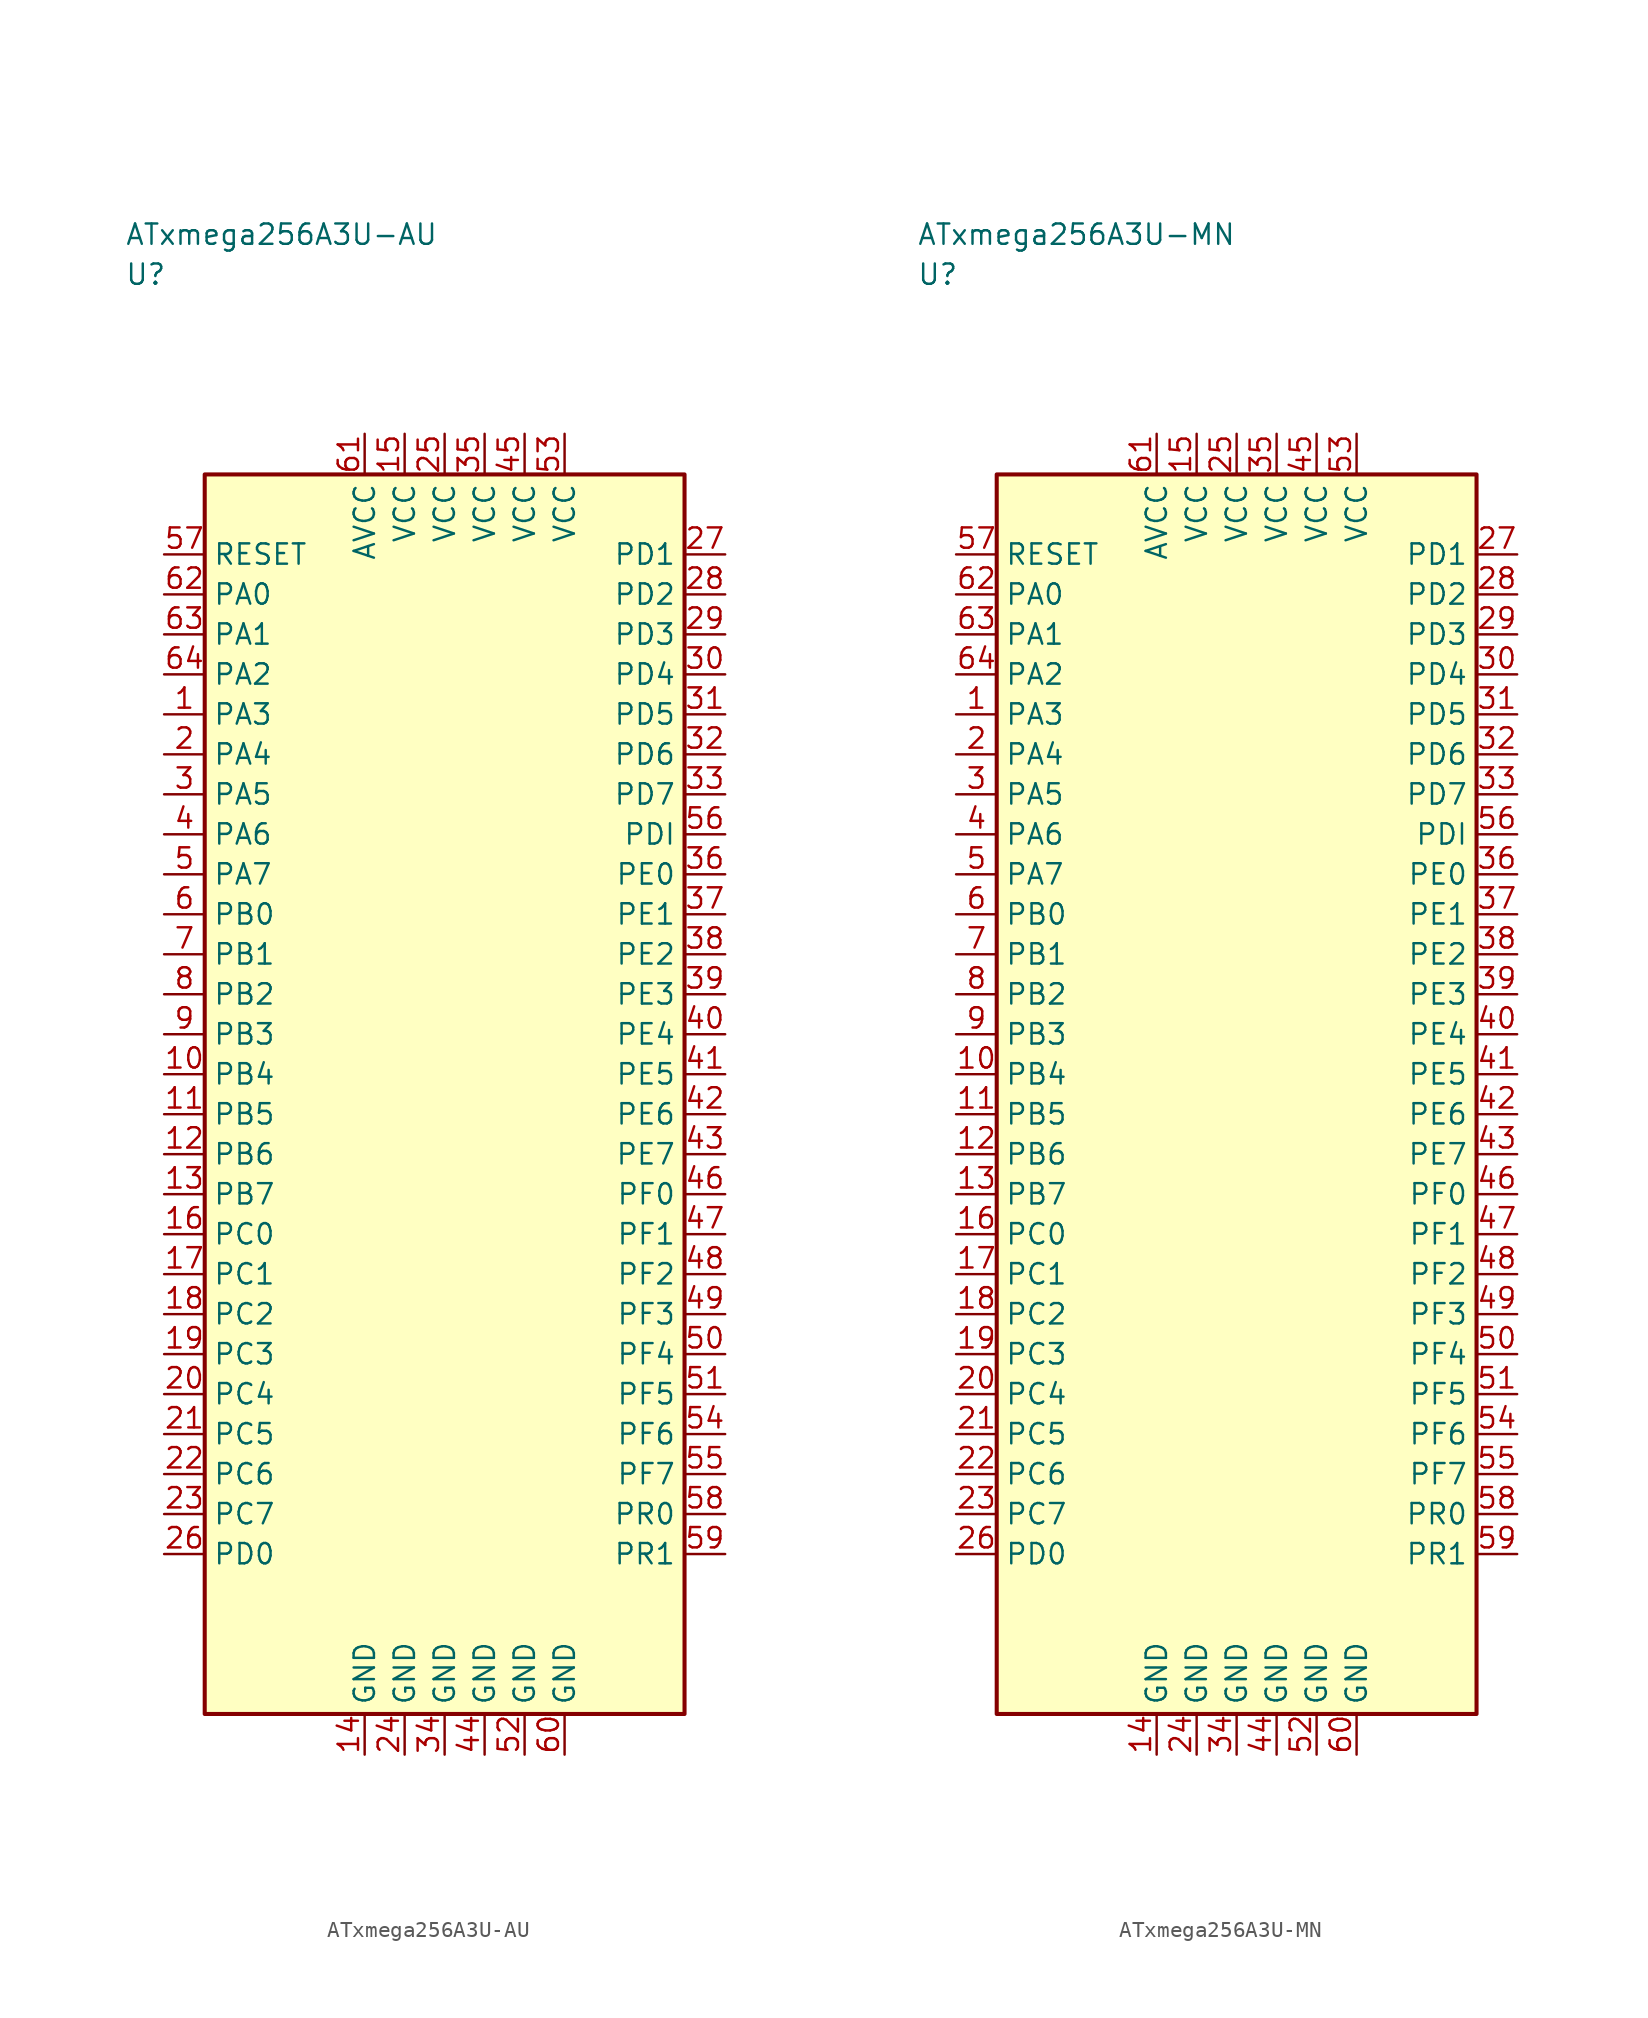
<source format=kicad_sym>
(kicad_symbol_lib
  (version 20241025)
  (generator "kicad_symbol_editor")
  (generator_version "8.0")
  (symbol "ATxmega256A3U-AU"
    (property "Reference" "U"
      (at -20.0 51.25 0)
      (effects (font (size 1.27 1.27)) (justify left)))
    (property "Value" "ATxmega256A3U-AU"
      (at -20.0 53.75 0)
      (effects (font (size 1.27 1.27)) (justify left)))
    (symbol "ATxmega256A3U-AU_0_1"
      (rectangle (start -15.0 38.75) (end 15.0 -38.75) (stroke (width 0.254) (type default)) (fill (type background))))
    (symbol "ATxmega256A3U-AU_1_1"
      (pin bidirectional line (at -17.54 23.75 0.0) (length 2.54) (name "PA3" (effects (font (size 1.27 1.27)))) (number "1" (effects (font (size 1.27 1.27)))))
      (pin bidirectional line (at -17.54 21.25 0.0) (length 2.54) (name "PA4" (effects (font (size 1.27 1.27)))) (number "2" (effects (font (size 1.27 1.27)))))
      (pin bidirectional line (at -17.54 18.75 0.0) (length 2.54) (name "PA5" (effects (font (size 1.27 1.27)))) (number "3" (effects (font (size 1.27 1.27)))))
      (pin bidirectional line (at -17.54 16.25 0.0) (length 2.54) (name "PA6" (effects (font (size 1.27 1.27)))) (number "4" (effects (font (size 1.27 1.27)))))
      (pin bidirectional line (at -17.54 13.75 0.0) (length 2.54) (name "PA7" (effects (font (size 1.27 1.27)))) (number "5" (effects (font (size 1.27 1.27)))))
      (pin bidirectional line (at -17.54 11.25 0.0) (length 2.54) (name "PB0" (effects (font (size 1.27 1.27)))) (number "6" (effects (font (size 1.27 1.27)))))
      (pin bidirectional line (at -17.54 8.75 0.0) (length 2.54) (name "PB1" (effects (font (size 1.27 1.27)))) (number "7" (effects (font (size 1.27 1.27)))))
      (pin bidirectional line (at -17.54 6.25 0.0) (length 2.54) (name "PB2" (effects (font (size 1.27 1.27)))) (number "8" (effects (font (size 1.27 1.27)))))
      (pin bidirectional line (at -17.54 3.75 0.0) (length 2.54) (name "PB3" (effects (font (size 1.27 1.27)))) (number "9" (effects (font (size 1.27 1.27)))))
      (pin bidirectional line (at -17.54 1.25 0.0) (length 2.54) (name "PB4" (effects (font (size 1.27 1.27)))) (number "10" (effects (font (size 1.27 1.27)))))
      (pin bidirectional line (at -17.54 -1.25 0.0) (length 2.54) (name "PB5" (effects (font (size 1.27 1.27)))) (number "11" (effects (font (size 1.27 1.27)))))
      (pin bidirectional line (at -17.54 -3.75 0.0) (length 2.54) (name "PB6" (effects (font (size 1.27 1.27)))) (number "12" (effects (font (size 1.27 1.27)))))
      (pin bidirectional line (at -17.54 -6.25 0.0) (length 2.54) (name "PB7" (effects (font (size 1.27 1.27)))) (number "13" (effects (font (size 1.27 1.27)))))
      (pin passive line (at -5.0 -41.29 90.0) (length 2.54) (name "GND" (effects (font (size 1.27 1.27)))) (number "14" (effects (font (size 1.27 1.27)))))
      (pin power_in line (at -2.5 41.29 270.0) (length 2.54) (name "VCC" (effects (font (size 1.27 1.27)))) (number "15" (effects (font (size 1.27 1.27)))))
      (pin bidirectional line (at -17.54 -8.75 0.0) (length 2.54) (name "PC0" (effects (font (size 1.27 1.27)))) (number "16" (effects (font (size 1.27 1.27)))))
      (pin bidirectional line (at -17.54 -11.25 0.0) (length 2.54) (name "PC1" (effects (font (size 1.27 1.27)))) (number "17" (effects (font (size 1.27 1.27)))))
      (pin bidirectional line (at -17.54 -13.75 0.0) (length 2.54) (name "PC2" (effects (font (size 1.27 1.27)))) (number "18" (effects (font (size 1.27 1.27)))))
      (pin bidirectional line (at -17.54 -16.25 0.0) (length 2.54) (name "PC3" (effects (font (size 1.27 1.27)))) (number "19" (effects (font (size 1.27 1.27)))))
      (pin bidirectional line (at -17.54 -18.75 0.0) (length 2.54) (name "PC4" (effects (font (size 1.27 1.27)))) (number "20" (effects (font (size 1.27 1.27)))))
      (pin bidirectional line (at -17.54 -21.25 0.0) (length 2.54) (name "PC5" (effects (font (size 1.27 1.27)))) (number "21" (effects (font (size 1.27 1.27)))))
      (pin bidirectional line (at -17.54 -23.75 0.0) (length 2.54) (name "PC6" (effects (font (size 1.27 1.27)))) (number "22" (effects (font (size 1.27 1.27)))))
      (pin bidirectional line (at -17.54 -26.25 0.0) (length 2.54) (name "PC7" (effects (font (size 1.27 1.27)))) (number "23" (effects (font (size 1.27 1.27)))))
      (pin passive line (at -2.5 -41.29 90.0) (length 2.54) (name "GND" (effects (font (size 1.27 1.27)))) (number "24" (effects (font (size 1.27 1.27)))))
      (pin power_in line (at 0.0 41.29 270.0) (length 2.54) (name "VCC" (effects (font (size 1.27 1.27)))) (number "25" (effects (font (size 1.27 1.27)))))
      (pin bidirectional line (at -17.54 -28.75 0.0) (length 2.54) (name "PD0" (effects (font (size 1.27 1.27)))) (number "26" (effects (font (size 1.27 1.27)))))
      (pin bidirectional line (at 17.54 33.75 180.0) (length 2.54) (name "PD1" (effects (font (size 1.27 1.27)))) (number "27" (effects (font (size 1.27 1.27)))))
      (pin bidirectional line (at 17.54 31.25 180.0) (length 2.54) (name "PD2" (effects (font (size 1.27 1.27)))) (number "28" (effects (font (size 1.27 1.27)))))
      (pin bidirectional line (at 17.54 28.75 180.0) (length 2.54) (name "PD3" (effects (font (size 1.27 1.27)))) (number "29" (effects (font (size 1.27 1.27)))))
      (pin bidirectional line (at 17.54 26.25 180.0) (length 2.54) (name "PD4" (effects (font (size 1.27 1.27)))) (number "30" (effects (font (size 1.27 1.27)))))
      (pin bidirectional line (at 17.54 23.75 180.0) (length 2.54) (name "PD5" (effects (font (size 1.27 1.27)))) (number "31" (effects (font (size 1.27 1.27)))))
      (pin bidirectional line (at 17.54 21.25 180.0) (length 2.54) (name "PD6" (effects (font (size 1.27 1.27)))) (number "32" (effects (font (size 1.27 1.27)))))
      (pin bidirectional line (at 17.54 18.75 180.0) (length 2.54) (name "PD7" (effects (font (size 1.27 1.27)))) (number "33" (effects (font (size 1.27 1.27)))))
      (pin passive line (at 0.0 -41.29 90.0) (length 2.54) (name "GND" (effects (font (size 1.27 1.27)))) (number "34" (effects (font (size 1.27 1.27)))))
      (pin power_in line (at 2.5 41.29 270.0) (length 2.54) (name "VCC" (effects (font (size 1.27 1.27)))) (number "35" (effects (font (size 1.27 1.27)))))
      (pin bidirectional line (at 17.54 13.75 180.0) (length 2.54) (name "PE0" (effects (font (size 1.27 1.27)))) (number "36" (effects (font (size 1.27 1.27)))))
      (pin bidirectional line (at 17.54 11.25 180.0) (length 2.54) (name "PE1" (effects (font (size 1.27 1.27)))) (number "37" (effects (font (size 1.27 1.27)))))
      (pin bidirectional line (at 17.54 8.75 180.0) (length 2.54) (name "PE2" (effects (font (size 1.27 1.27)))) (number "38" (effects (font (size 1.27 1.27)))))
      (pin bidirectional line (at 17.54 6.25 180.0) (length 2.54) (name "PE3" (effects (font (size 1.27 1.27)))) (number "39" (effects (font (size 1.27 1.27)))))
      (pin bidirectional line (at 17.54 3.75 180.0) (length 2.54) (name "PE4" (effects (font (size 1.27 1.27)))) (number "40" (effects (font (size 1.27 1.27)))))
      (pin bidirectional line (at 17.54 1.25 180.0) (length 2.54) (name "PE5" (effects (font (size 1.27 1.27)))) (number "41" (effects (font (size 1.27 1.27)))))
      (pin bidirectional line (at 17.54 -1.25 180.0) (length 2.54) (name "PE6" (effects (font (size 1.27 1.27)))) (number "42" (effects (font (size 1.27 1.27)))))
      (pin bidirectional line (at 17.54 -3.75 180.0) (length 2.54) (name "PE7" (effects (font (size 1.27 1.27)))) (number "43" (effects (font (size 1.27 1.27)))))
      (pin passive line (at 2.5 -41.29 90.0) (length 2.54) (name "GND" (effects (font (size 1.27 1.27)))) (number "44" (effects (font (size 1.27 1.27)))))
      (pin power_in line (at 5.0 41.29 270.0) (length 2.54) (name "VCC" (effects (font (size 1.27 1.27)))) (number "45" (effects (font (size 1.27 1.27)))))
      (pin bidirectional line (at 17.54 -6.25 180.0) (length 2.54) (name "PF0" (effects (font (size 1.27 1.27)))) (number "46" (effects (font (size 1.27 1.27)))))
      (pin bidirectional line (at 17.54 -8.75 180.0) (length 2.54) (name "PF1" (effects (font (size 1.27 1.27)))) (number "47" (effects (font (size 1.27 1.27)))))
      (pin bidirectional line (at 17.54 -11.25 180.0) (length 2.54) (name "PF2" (effects (font (size 1.27 1.27)))) (number "48" (effects (font (size 1.27 1.27)))))
      (pin bidirectional line (at 17.54 -13.75 180.0) (length 2.54) (name "PF3" (effects (font (size 1.27 1.27)))) (number "49" (effects (font (size 1.27 1.27)))))
      (pin bidirectional line (at 17.54 -16.25 180.0) (length 2.54) (name "PF4" (effects (font (size 1.27 1.27)))) (number "50" (effects (font (size 1.27 1.27)))))
      (pin bidirectional line (at 17.54 -18.75 180.0) (length 2.54) (name "PF5" (effects (font (size 1.27 1.27)))) (number "51" (effects (font (size 1.27 1.27)))))
      (pin passive line (at 5.0 -41.29 90.0) (length 2.54) (name "GND" (effects (font (size 1.27 1.27)))) (number "52" (effects (font (size 1.27 1.27)))))
      (pin power_in line (at 7.5 41.29 270.0) (length 2.54) (name "VCC" (effects (font (size 1.27 1.27)))) (number "53" (effects (font (size 1.27 1.27)))))
      (pin bidirectional line (at 17.54 -21.25 180.0) (length 2.54) (name "PF6" (effects (font (size 1.27 1.27)))) (number "54" (effects (font (size 1.27 1.27)))))
      (pin bidirectional line (at 17.54 -23.75 180.0) (length 2.54) (name "PF7" (effects (font (size 1.27 1.27)))) (number "55" (effects (font (size 1.27 1.27)))))
      (pin bidirectional line (at 17.54 16.25 180.0) (length 2.54) (name "PDI" (effects (font (size 1.27 1.27)))) (number "56" (effects (font (size 1.27 1.27)))))
      (pin input line (at -17.54 33.75 0.0) (length 2.54) (name "RESET" (effects (font (size 1.27 1.27)))) (number "57" (effects (font (size 1.27 1.27)))))
      (pin bidirectional line (at 17.54 -26.25 180.0) (length 2.54) (name "PR0" (effects (font (size 1.27 1.27)))) (number "58" (effects (font (size 1.27 1.27)))))
      (pin bidirectional line (at 17.54 -28.75 180.0) (length 2.54) (name "PR1" (effects (font (size 1.27 1.27)))) (number "59" (effects (font (size 1.27 1.27)))))
      (pin passive line (at 7.5 -41.29 90.0) (length 2.54) (name "GND" (effects (font (size 1.27 1.27)))) (number "60" (effects (font (size 1.27 1.27)))))
      (pin power_in line (at -5.0 41.29 270.0) (length 2.54) (name "AVCC" (effects (font (size 1.27 1.27)))) (number "61" (effects (font (size 1.27 1.27)))))
      (pin bidirectional line (at -17.54 31.25 0.0) (length 2.54) (name "PA0" (effects (font (size 1.27 1.27)))) (number "62" (effects (font (size 1.27 1.27)))))
      (pin bidirectional line (at -17.54 28.75 0.0) (length 2.54) (name "PA1" (effects (font (size 1.27 1.27)))) (number "63" (effects (font (size 1.27 1.27)))))
      (pin bidirectional line (at -17.54 26.25 0.0) (length 2.54) (name "PA2" (effects (font (size 1.27 1.27)))) (number "64" (effects (font (size 1.27 1.27)))))))
  (symbol "ATxmega256A3U-MN"
    (property "Reference" "U"
      (at -20.0 51.25 0)
      (effects (font (size 1.27 1.27)) (justify left)))
    (property "Value" "ATxmega256A3U-MN"
      (at -20.0 53.75 0)
      (effects (font (size 1.27 1.27)) (justify left)))
    (symbol "ATxmega256A3U-MN_0_1"
      (rectangle (start -15.0 38.75) (end 15.0 -38.75) (stroke (width 0.254) (type default)) (fill (type background))))
    (symbol "ATxmega256A3U-MN_1_1"
      (pin bidirectional line (at -17.54 23.75 0.0) (length 2.54) (name "PA3" (effects (font (size 1.27 1.27)))) (number "1" (effects (font (size 1.27 1.27)))))
      (pin bidirectional line (at -17.54 21.25 0.0) (length 2.54) (name "PA4" (effects (font (size 1.27 1.27)))) (number "2" (effects (font (size 1.27 1.27)))))
      (pin bidirectional line (at -17.54 18.75 0.0) (length 2.54) (name "PA5" (effects (font (size 1.27 1.27)))) (number "3" (effects (font (size 1.27 1.27)))))
      (pin bidirectional line (at -17.54 16.25 0.0) (length 2.54) (name "PA6" (effects (font (size 1.27 1.27)))) (number "4" (effects (font (size 1.27 1.27)))))
      (pin bidirectional line (at -17.54 13.75 0.0) (length 2.54) (name "PA7" (effects (font (size 1.27 1.27)))) (number "5" (effects (font (size 1.27 1.27)))))
      (pin bidirectional line (at -17.54 11.25 0.0) (length 2.54) (name "PB0" (effects (font (size 1.27 1.27)))) (number "6" (effects (font (size 1.27 1.27)))))
      (pin bidirectional line (at -17.54 8.75 0.0) (length 2.54) (name "PB1" (effects (font (size 1.27 1.27)))) (number "7" (effects (font (size 1.27 1.27)))))
      (pin bidirectional line (at -17.54 6.25 0.0) (length 2.54) (name "PB2" (effects (font (size 1.27 1.27)))) (number "8" (effects (font (size 1.27 1.27)))))
      (pin bidirectional line (at -17.54 3.75 0.0) (length 2.54) (name "PB3" (effects (font (size 1.27 1.27)))) (number "9" (effects (font (size 1.27 1.27)))))
      (pin bidirectional line (at -17.54 1.25 0.0) (length 2.54) (name "PB4" (effects (font (size 1.27 1.27)))) (number "10" (effects (font (size 1.27 1.27)))))
      (pin bidirectional line (at -17.54 -1.25 0.0) (length 2.54) (name "PB5" (effects (font (size 1.27 1.27)))) (number "11" (effects (font (size 1.27 1.27)))))
      (pin bidirectional line (at -17.54 -3.75 0.0) (length 2.54) (name "PB6" (effects (font (size 1.27 1.27)))) (number "12" (effects (font (size 1.27 1.27)))))
      (pin bidirectional line (at -17.54 -6.25 0.0) (length 2.54) (name "PB7" (effects (font (size 1.27 1.27)))) (number "13" (effects (font (size 1.27 1.27)))))
      (pin passive line (at -5.0 -41.29 90.0) (length 2.54) (name "GND" (effects (font (size 1.27 1.27)))) (number "14" (effects (font (size 1.27 1.27)))))
      (pin power_in line (at -2.5 41.29 270.0) (length 2.54) (name "VCC" (effects (font (size 1.27 1.27)))) (number "15" (effects (font (size 1.27 1.27)))))
      (pin bidirectional line (at -17.54 -8.75 0.0) (length 2.54) (name "PC0" (effects (font (size 1.27 1.27)))) (number "16" (effects (font (size 1.27 1.27)))))
      (pin bidirectional line (at -17.54 -11.25 0.0) (length 2.54) (name "PC1" (effects (font (size 1.27 1.27)))) (number "17" (effects (font (size 1.27 1.27)))))
      (pin bidirectional line (at -17.54 -13.75 0.0) (length 2.54) (name "PC2" (effects (font (size 1.27 1.27)))) (number "18" (effects (font (size 1.27 1.27)))))
      (pin bidirectional line (at -17.54 -16.25 0.0) (length 2.54) (name "PC3" (effects (font (size 1.27 1.27)))) (number "19" (effects (font (size 1.27 1.27)))))
      (pin bidirectional line (at -17.54 -18.75 0.0) (length 2.54) (name "PC4" (effects (font (size 1.27 1.27)))) (number "20" (effects (font (size 1.27 1.27)))))
      (pin bidirectional line (at -17.54 -21.25 0.0) (length 2.54) (name "PC5" (effects (font (size 1.27 1.27)))) (number "21" (effects (font (size 1.27 1.27)))))
      (pin bidirectional line (at -17.54 -23.75 0.0) (length 2.54) (name "PC6" (effects (font (size 1.27 1.27)))) (number "22" (effects (font (size 1.27 1.27)))))
      (pin bidirectional line (at -17.54 -26.25 0.0) (length 2.54) (name "PC7" (effects (font (size 1.27 1.27)))) (number "23" (effects (font (size 1.27 1.27)))))
      (pin passive line (at -2.5 -41.29 90.0) (length 2.54) (name "GND" (effects (font (size 1.27 1.27)))) (number "24" (effects (font (size 1.27 1.27)))))
      (pin power_in line (at 0.0 41.29 270.0) (length 2.54) (name "VCC" (effects (font (size 1.27 1.27)))) (number "25" (effects (font (size 1.27 1.27)))))
      (pin bidirectional line (at -17.54 -28.75 0.0) (length 2.54) (name "PD0" (effects (font (size 1.27 1.27)))) (number "26" (effects (font (size 1.27 1.27)))))
      (pin bidirectional line (at 17.54 33.75 180.0) (length 2.54) (name "PD1" (effects (font (size 1.27 1.27)))) (number "27" (effects (font (size 1.27 1.27)))))
      (pin bidirectional line (at 17.54 31.25 180.0) (length 2.54) (name "PD2" (effects (font (size 1.27 1.27)))) (number "28" (effects (font (size 1.27 1.27)))))
      (pin bidirectional line (at 17.54 28.75 180.0) (length 2.54) (name "PD3" (effects (font (size 1.27 1.27)))) (number "29" (effects (font (size 1.27 1.27)))))
      (pin bidirectional line (at 17.54 26.25 180.0) (length 2.54) (name "PD4" (effects (font (size 1.27 1.27)))) (number "30" (effects (font (size 1.27 1.27)))))
      (pin bidirectional line (at 17.54 23.75 180.0) (length 2.54) (name "PD5" (effects (font (size 1.27 1.27)))) (number "31" (effects (font (size 1.27 1.27)))))
      (pin bidirectional line (at 17.54 21.25 180.0) (length 2.54) (name "PD6" (effects (font (size 1.27 1.27)))) (number "32" (effects (font (size 1.27 1.27)))))
      (pin bidirectional line (at 17.54 18.75 180.0) (length 2.54) (name "PD7" (effects (font (size 1.27 1.27)))) (number "33" (effects (font (size 1.27 1.27)))))
      (pin passive line (at 0.0 -41.29 90.0) (length 2.54) (name "GND" (effects (font (size 1.27 1.27)))) (number "34" (effects (font (size 1.27 1.27)))))
      (pin power_in line (at 2.5 41.29 270.0) (length 2.54) (name "VCC" (effects (font (size 1.27 1.27)))) (number "35" (effects (font (size 1.27 1.27)))))
      (pin bidirectional line (at 17.54 13.75 180.0) (length 2.54) (name "PE0" (effects (font (size 1.27 1.27)))) (number "36" (effects (font (size 1.27 1.27)))))
      (pin bidirectional line (at 17.54 11.25 180.0) (length 2.54) (name "PE1" (effects (font (size 1.27 1.27)))) (number "37" (effects (font (size 1.27 1.27)))))
      (pin bidirectional line (at 17.54 8.75 180.0) (length 2.54) (name "PE2" (effects (font (size 1.27 1.27)))) (number "38" (effects (font (size 1.27 1.27)))))
      (pin bidirectional line (at 17.54 6.25 180.0) (length 2.54) (name "PE3" (effects (font (size 1.27 1.27)))) (number "39" (effects (font (size 1.27 1.27)))))
      (pin bidirectional line (at 17.54 3.75 180.0) (length 2.54) (name "PE4" (effects (font (size 1.27 1.27)))) (number "40" (effects (font (size 1.27 1.27)))))
      (pin bidirectional line (at 17.54 1.25 180.0) (length 2.54) (name "PE5" (effects (font (size 1.27 1.27)))) (number "41" (effects (font (size 1.27 1.27)))))
      (pin bidirectional line (at 17.54 -1.25 180.0) (length 2.54) (name "PE6" (effects (font (size 1.27 1.27)))) (number "42" (effects (font (size 1.27 1.27)))))
      (pin bidirectional line (at 17.54 -3.75 180.0) (length 2.54) (name "PE7" (effects (font (size 1.27 1.27)))) (number "43" (effects (font (size 1.27 1.27)))))
      (pin passive line (at 2.5 -41.29 90.0) (length 2.54) (name "GND" (effects (font (size 1.27 1.27)))) (number "44" (effects (font (size 1.27 1.27)))))
      (pin power_in line (at 5.0 41.29 270.0) (length 2.54) (name "VCC" (effects (font (size 1.27 1.27)))) (number "45" (effects (font (size 1.27 1.27)))))
      (pin bidirectional line (at 17.54 -6.25 180.0) (length 2.54) (name "PF0" (effects (font (size 1.27 1.27)))) (number "46" (effects (font (size 1.27 1.27)))))
      (pin bidirectional line (at 17.54 -8.75 180.0) (length 2.54) (name "PF1" (effects (font (size 1.27 1.27)))) (number "47" (effects (font (size 1.27 1.27)))))
      (pin bidirectional line (at 17.54 -11.25 180.0) (length 2.54) (name "PF2" (effects (font (size 1.27 1.27)))) (number "48" (effects (font (size 1.27 1.27)))))
      (pin bidirectional line (at 17.54 -13.75 180.0) (length 2.54) (name "PF3" (effects (font (size 1.27 1.27)))) (number "49" (effects (font (size 1.27 1.27)))))
      (pin bidirectional line (at 17.54 -16.25 180.0) (length 2.54) (name "PF4" (effects (font (size 1.27 1.27)))) (number "50" (effects (font (size 1.27 1.27)))))
      (pin bidirectional line (at 17.54 -18.75 180.0) (length 2.54) (name "PF5" (effects (font (size 1.27 1.27)))) (number "51" (effects (font (size 1.27 1.27)))))
      (pin passive line (at 5.0 -41.29 90.0) (length 2.54) (name "GND" (effects (font (size 1.27 1.27)))) (number "52" (effects (font (size 1.27 1.27)))))
      (pin power_in line (at 7.5 41.29 270.0) (length 2.54) (name "VCC" (effects (font (size 1.27 1.27)))) (number "53" (effects (font (size 1.27 1.27)))))
      (pin bidirectional line (at 17.54 -21.25 180.0) (length 2.54) (name "PF6" (effects (font (size 1.27 1.27)))) (number "54" (effects (font (size 1.27 1.27)))))
      (pin bidirectional line (at 17.54 -23.75 180.0) (length 2.54) (name "PF7" (effects (font (size 1.27 1.27)))) (number "55" (effects (font (size 1.27 1.27)))))
      (pin bidirectional line (at 17.54 16.25 180.0) (length 2.54) (name "PDI" (effects (font (size 1.27 1.27)))) (number "56" (effects (font (size 1.27 1.27)))))
      (pin input line (at -17.54 33.75 0.0) (length 2.54) (name "RESET" (effects (font (size 1.27 1.27)))) (number "57" (effects (font (size 1.27 1.27)))))
      (pin bidirectional line (at 17.54 -26.25 180.0) (length 2.54) (name "PR0" (effects (font (size 1.27 1.27)))) (number "58" (effects (font (size 1.27 1.27)))))
      (pin bidirectional line (at 17.54 -28.75 180.0) (length 2.54) (name "PR1" (effects (font (size 1.27 1.27)))) (number "59" (effects (font (size 1.27 1.27)))))
      (pin passive line (at 7.5 -41.29 90.0) (length 2.54) (name "GND" (effects (font (size 1.27 1.27)))) (number "60" (effects (font (size 1.27 1.27)))))
      (pin power_in line (at -5.0 41.29 270.0) (length 2.54) (name "AVCC" (effects (font (size 1.27 1.27)))) (number "61" (effects (font (size 1.27 1.27)))))
      (pin bidirectional line (at -17.54 31.25 0.0) (length 2.54) (name "PA0" (effects (font (size 1.27 1.27)))) (number "62" (effects (font (size 1.27 1.27)))))
      (pin bidirectional line (at -17.54 28.75 0.0) (length 2.54) (name "PA1" (effects (font (size 1.27 1.27)))) (number "63" (effects (font (size 1.27 1.27)))))
      (pin bidirectional line (at -17.54 26.25 0.0) (length 2.54) (name "PA2" (effects (font (size 1.27 1.27)))) (number "64" (effects (font (size 1.27 1.27))))))))
</source>
